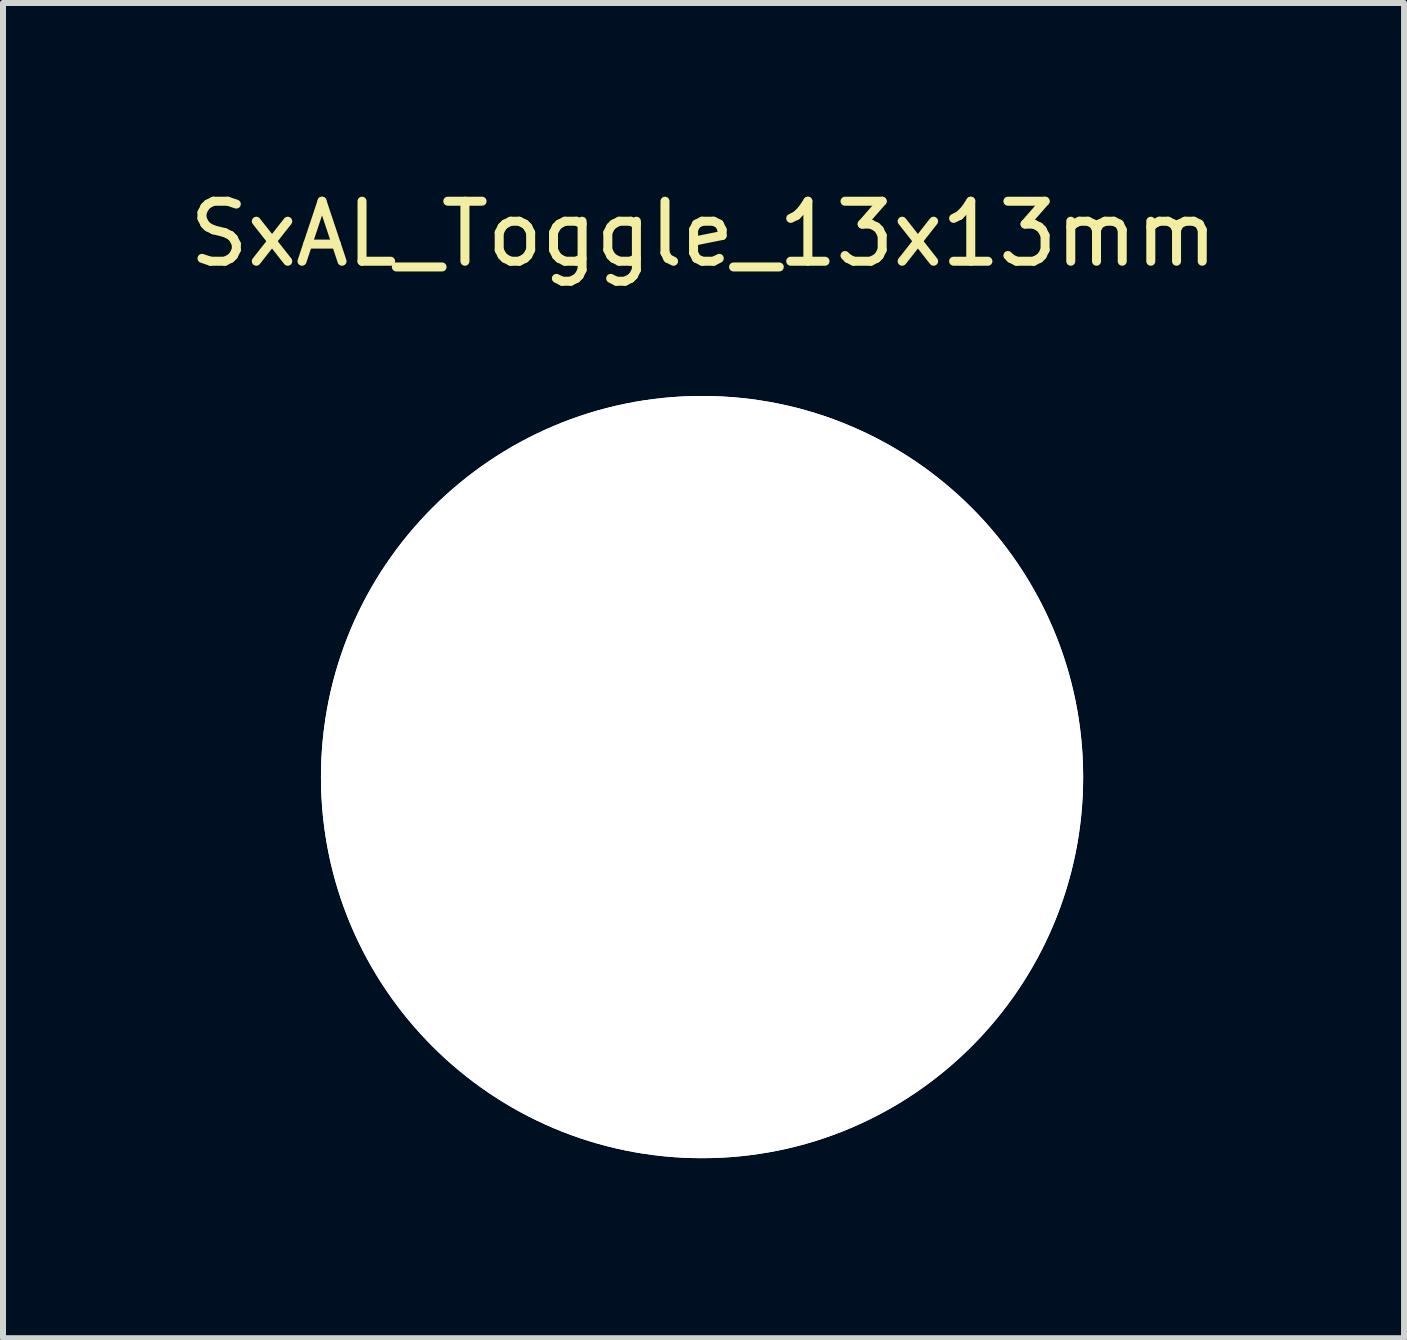
<source format=kicad_pcb>
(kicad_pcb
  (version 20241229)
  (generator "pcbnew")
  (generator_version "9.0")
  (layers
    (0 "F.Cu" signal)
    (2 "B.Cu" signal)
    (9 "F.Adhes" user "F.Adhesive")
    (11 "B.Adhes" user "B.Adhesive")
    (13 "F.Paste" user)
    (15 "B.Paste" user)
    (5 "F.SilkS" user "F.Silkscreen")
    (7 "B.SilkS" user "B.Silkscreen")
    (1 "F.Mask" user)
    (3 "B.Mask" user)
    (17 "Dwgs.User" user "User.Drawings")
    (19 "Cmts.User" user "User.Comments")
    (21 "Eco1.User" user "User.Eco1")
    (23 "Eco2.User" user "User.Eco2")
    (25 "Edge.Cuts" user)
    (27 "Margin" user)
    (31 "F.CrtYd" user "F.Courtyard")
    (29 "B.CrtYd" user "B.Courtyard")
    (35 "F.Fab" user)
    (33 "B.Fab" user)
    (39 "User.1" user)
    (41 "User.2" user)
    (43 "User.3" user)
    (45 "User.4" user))
  (footprint "SxAL_Toggle_13x13mm"
    (layer "F.Cu")
    (at 8.648 9.898)
    (property "Reference" "SxAL_Toggle_13x13mm" (at 0.025 -9.05 0) (layer "F.SilkS") (effects (font (size 1 1) (thickness 0.15))))
    (attr through_hole)
    (pad "" np_thru_hole circle (at 0 0) (size 12.7 12.7) (drill 12.7) (layers "*.Mask" "F.Cu"))
    (pad "" np_thru_hole circle (at 0 0) (size 12.7 12.7) (drill 12.7) (layers "*.Mask" "B.Cu")))
  (gr_rect
    (start -3 -3)
    (end 20.345 19.248)
    (stroke (width 0.1) (type default))
    (fill no)
    (layer "Edge.Cuts")))
</source>
